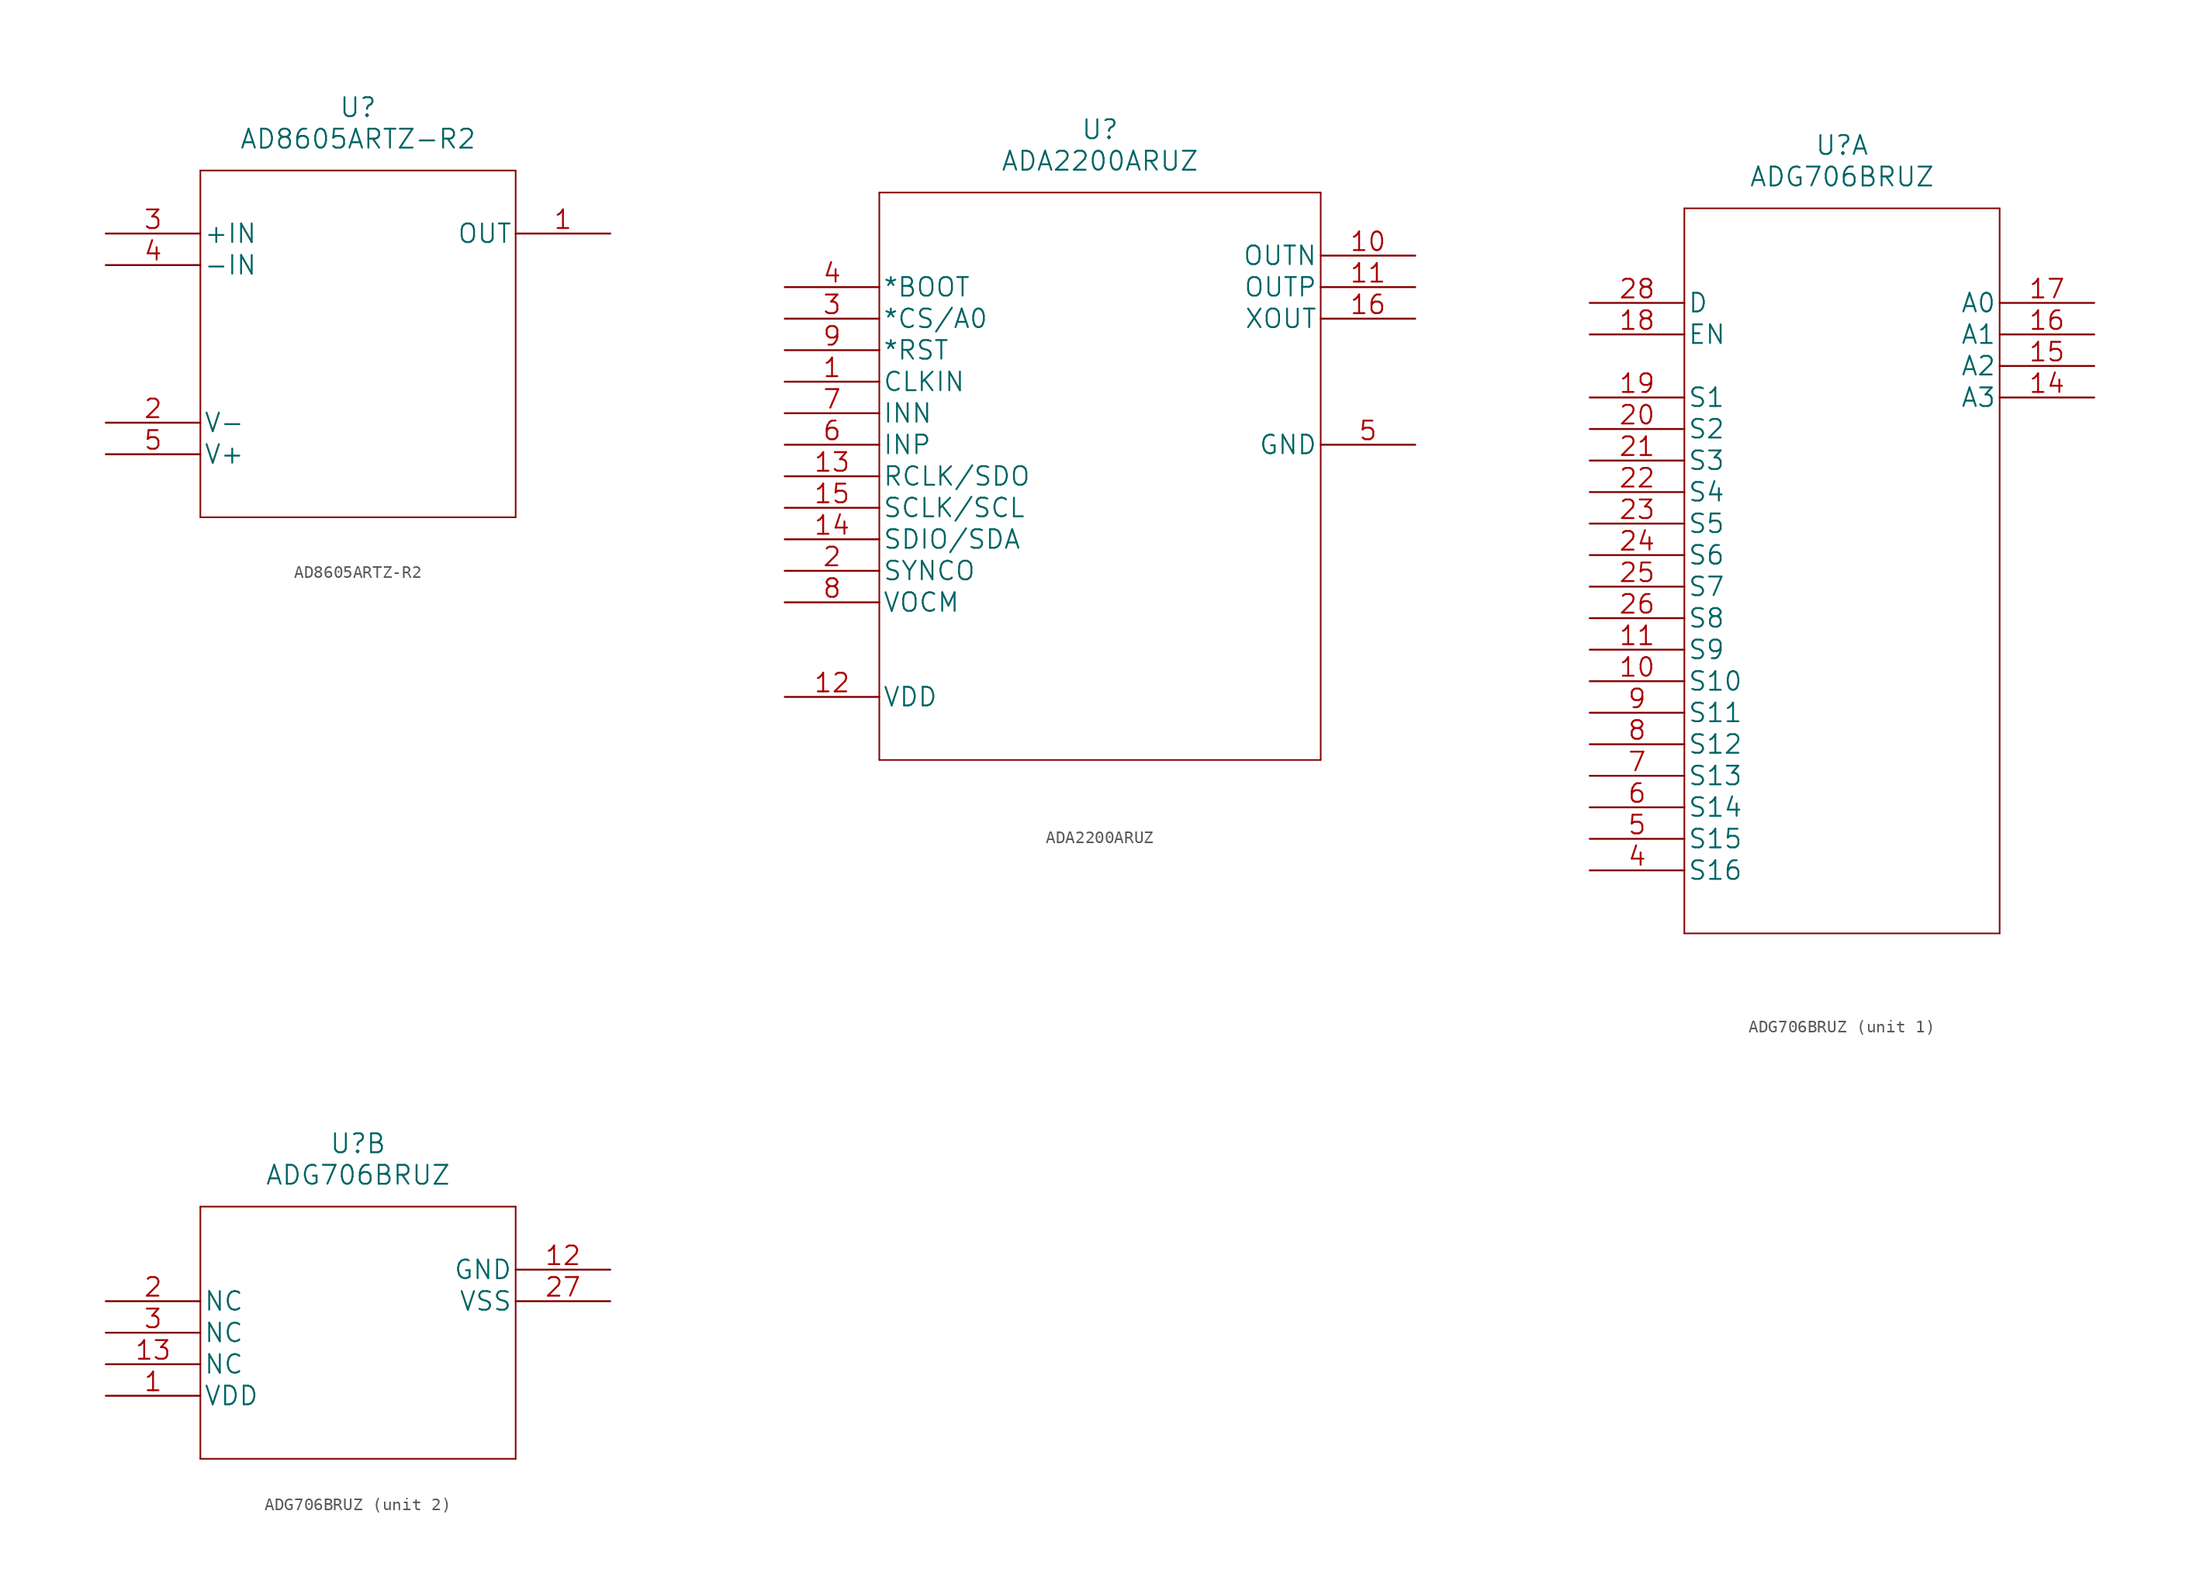
<source format=kicad_sym>
(kicad_symbol_lib
  (version 20211014)
  (generator kicad_symbol_editor)
  (symbol "AD8605ARTZ-R2"
    (pin_names
      (offset 0.254))
    (property "Reference" "U"
      (at 20.32 10.16 0)
      (effects (font (size 1.524 1.524))))
    (property "Value" "AD8605ARTZ-R2"
      (at 20.32 7.62 0)
      (effects (font (size 1.524 1.524))))
    (property "Datasheet" ""
      (at 0 0 0)
      (effects (font (size 1.524 1.524))))
    (property "ki_locked" ""
      (at 0 0 0)
      (effects (font (size 1.27 1.27))))
    (symbol "AD8605ARTZ-R2_1_1"
      (polyline (pts (xy 7.62 -22.86) (xy 33.02 -22.86)) (stroke (width 0.127) (type default) (color 0 0 0 0)) (fill (type none)))
      (polyline (pts (xy 7.62 5.08) (xy 7.62 -22.86)) (stroke (width 0.127) (type default) (color 0 0 0 0)) (fill (type none)))
      (polyline (pts (xy 33.02 -22.86) (xy 33.02 5.08)) (stroke (width 0.127) (type default) (color 0 0 0 0)) (fill (type none)))
      (polyline (pts (xy 33.02 5.08) (xy 7.62 5.08)) (stroke (width 0.127) (type default) (color 0 0 0 0)) (fill (type none)))
      (pin unspecified line (at 40.64 0 180) (length 7.62) (name "OUT" (effects (font (size 1.499 1.499)))) (number "1" (effects (font (size 1.499 1.499)))))
      (pin power_in line (at 0 -15.24 0) (length 7.62) (name "V-" (effects (font (size 1.499 1.499)))) (number "2" (effects (font (size 1.499 1.499)))))
      (pin unspecified line (at 0 0 0) (length 7.62) (name "+IN" (effects (font (size 1.499 1.499)))) (number "3" (effects (font (size 1.499 1.499)))))
      (pin unspecified line (at 0 -2.54 0) (length 7.62) (name "-IN" (effects (font (size 1.499 1.499)))) (number "4" (effects (font (size 1.499 1.499)))))
      (pin power_in line (at 0 -17.78 0) (length 7.62) (name "V+" (effects (font (size 1.499 1.499)))) (number "5" (effects (font (size 1.499 1.499)))))))
  (symbol "ADA2200ARUZ"
    (pin_names
      (offset 0.254))
    (property "Reference" "U"
      (at 25.4 12.7 0)
      (effects (font (size 1.524 1.524))))
    (property "Value" "ADA2200ARUZ"
      (at 25.4 10.16 0)
      (effects (font (size 1.524 1.524))))
    (property "Datasheet" ""
      (at 0 0 0)
      (effects (font (size 1.524 1.524))))
    (property "ki_locked" ""
      (at 0 0 0)
      (effects (font (size 1.27 1.27))))
    (symbol "ADA2200ARUZ_1_1"
      (polyline (pts (xy 7.62 -38.1) (xy 43.18 -38.1)) (stroke (width 0.127) (type default) (color 0 0 0 0)) (fill (type none)))
      (polyline (pts (xy 7.62 7.62) (xy 7.62 -38.1)) (stroke (width 0.127) (type default) (color 0 0 0 0)) (fill (type none)))
      (polyline (pts (xy 43.18 -38.1) (xy 43.18 7.62)) (stroke (width 0.127) (type default) (color 0 0 0 0)) (fill (type none)))
      (polyline (pts (xy 43.18 7.62) (xy 7.62 7.62)) (stroke (width 0.127) (type default) (color 0 0 0 0)) (fill (type none)))
      (pin unspecified line (at 0 -7.62 0) (length 7.62) (name "CLKIN" (effects (font (size 1.499 1.499)))) (number "1" (effects (font (size 1.499 1.499)))))
      (pin unspecified line (at 50.8 2.54 180) (length 7.62) (name "OUTN" (effects (font (size 1.499 1.499)))) (number "10" (effects (font (size 1.499 1.499)))))
      (pin unspecified line (at 50.8 0 180) (length 7.62) (name "OUTP" (effects (font (size 1.499 1.499)))) (number "11" (effects (font (size 1.499 1.499)))))
      (pin unspecified line (at 0 -33.02 0) (length 7.62) (name "VDD" (effects (font (size 1.499 1.499)))) (number "12" (effects (font (size 1.499 1.499)))))
      (pin unspecified line (at 0 -15.24 0) (length 7.62) (name "RCLK/SDO" (effects (font (size 1.499 1.499)))) (number "13" (effects (font (size 1.499 1.499)))))
      (pin unspecified line (at 0 -20.32 0) (length 7.62) (name "SDIO/SDA" (effects (font (size 1.499 1.499)))) (number "14" (effects (font (size 1.499 1.499)))))
      (pin unspecified line (at 0 -17.78 0) (length 7.62) (name "SCLK/SCL" (effects (font (size 1.499 1.499)))) (number "15" (effects (font (size 1.499 1.499)))))
      (pin unspecified line (at 50.8 -2.54 180) (length 7.62) (name "XOUT" (effects (font (size 1.499 1.499)))) (number "16" (effects (font (size 1.499 1.499)))))
      (pin unspecified line (at 0 -22.86 0) (length 7.62) (name "SYNCO" (effects (font (size 1.499 1.499)))) (number "2" (effects (font (size 1.499 1.499)))))
      (pin unspecified line (at 0 -2.54 0) (length 7.62) (name "*CS/A0" (effects (font (size 1.499 1.499)))) (number "3" (effects (font (size 1.499 1.499)))))
      (pin unspecified line (at 0 0 0) (length 7.62) (name "*BOOT" (effects (font (size 1.499 1.499)))) (number "4" (effects (font (size 1.499 1.499)))))
      (pin unspecified line (at 50.8 -12.7 180) (length 7.62) (name "GND" (effects (font (size 1.499 1.499)))) (number "5" (effects (font (size 1.499 1.499)))))
      (pin unspecified line (at 0 -12.7 0) (length 7.62) (name "INP" (effects (font (size 1.499 1.499)))) (number "6" (effects (font (size 1.499 1.499)))))
      (pin unspecified line (at 0 -10.16 0) (length 7.62) (name "INN" (effects (font (size 1.499 1.499)))) (number "7" (effects (font (size 1.499 1.499)))))
      (pin unspecified line (at 0 -25.4 0) (length 7.62) (name "VOCM" (effects (font (size 1.499 1.499)))) (number "8" (effects (font (size 1.499 1.499)))))
      (pin unspecified line (at 0 -5.08 0) (length 7.62) (name "*RST" (effects (font (size 1.499 1.499)))) (number "9" (effects (font (size 1.499 1.499)))))))
  (symbol "ADG706BRUZ"
    (pin_names
      (offset 0.254))
    (property "Reference" "U"
      (at 20.32 12.7 0)
      (effects (font (size 1.524 1.524))))
    (property "Value" "ADG706BRUZ"
      (at 20.32 10.16 0)
      (effects (font (size 1.524 1.524))))
    (property "Datasheet" ""
      (at 0 0 0)
      (effects (font (size 1.524 1.524))))
    (symbol "ADG706BRUZ_1_1"
      (polyline (pts (xy 7.62 -50.8) (xy 33.02 -50.8)) (stroke (width 0.127) (type default) (color 0 0 0 0)) (fill (type none)))
      (polyline (pts (xy 7.62 7.62) (xy 7.62 -50.8)) (stroke (width 0.127) (type default) (color 0 0 0 0)) (fill (type none)))
      (polyline (pts (xy 33.02 -50.8) (xy 33.02 7.62)) (stroke (width 0.127) (type default) (color 0 0 0 0)) (fill (type none)))
      (polyline (pts (xy 33.02 7.62) (xy 7.62 7.62)) (stroke (width 0.127) (type default) (color 0 0 0 0)) (fill (type none)))
      (pin unspecified line (at 0 -30.48 0) (length 7.62) (name "S10" (effects (font (size 1.499 1.499)))) (number "10" (effects (font (size 1.499 1.499)))))
      (pin unspecified line (at 0 -27.94 0) (length 7.62) (name "S9" (effects (font (size 1.499 1.499)))) (number "11" (effects (font (size 1.499 1.499)))))
      (pin unspecified line (at 40.64 -7.62 180) (length 7.62) (name "A3" (effects (font (size 1.499 1.499)))) (number "14" (effects (font (size 1.499 1.499)))))
      (pin unspecified line (at 40.64 -5.08 180) (length 7.62) (name "A2" (effects (font (size 1.499 1.499)))) (number "15" (effects (font (size 1.499 1.499)))))
      (pin unspecified line (at 40.64 -2.54 180) (length 7.62) (name "A1" (effects (font (size 1.499 1.499)))) (number "16" (effects (font (size 1.499 1.499)))))
      (pin unspecified line (at 40.64 0 180) (length 7.62) (name "A0" (effects (font (size 1.499 1.499)))) (number "17" (effects (font (size 1.499 1.499)))))
      (pin unspecified line (at 0 -2.54 0) (length 7.62) (name "EN" (effects (font (size 1.499 1.499)))) (number "18" (effects (font (size 1.499 1.499)))))
      (pin unspecified line (at 0 -7.62 0) (length 7.62) (name "S1" (effects (font (size 1.499 1.499)))) (number "19" (effects (font (size 1.499 1.499)))))
      (pin unspecified line (at 0 -10.16 0) (length 7.62) (name "S2" (effects (font (size 1.499 1.499)))) (number "20" (effects (font (size 1.499 1.499)))))
      (pin unspecified line (at 0 -12.7 0) (length 7.62) (name "S3" (effects (font (size 1.499 1.499)))) (number "21" (effects (font (size 1.499 1.499)))))
      (pin unspecified line (at 0 -15.24 0) (length 7.62) (name "S4" (effects (font (size 1.499 1.499)))) (number "22" (effects (font (size 1.499 1.499)))))
      (pin unspecified line (at 0 -17.78 0) (length 7.62) (name "S5" (effects (font (size 1.499 1.499)))) (number "23" (effects (font (size 1.499 1.499)))))
      (pin unspecified line (at 0 -20.32 0) (length 7.62) (name "S6" (effects (font (size 1.499 1.499)))) (number "24" (effects (font (size 1.499 1.499)))))
      (pin unspecified line (at 0 -22.86 0) (length 7.62) (name "S7" (effects (font (size 1.499 1.499)))) (number "25" (effects (font (size 1.499 1.499)))))
      (pin unspecified line (at 0 -25.4 0) (length 7.62) (name "S8" (effects (font (size 1.499 1.499)))) (number "26" (effects (font (size 1.499 1.499)))))
      (pin unspecified line (at 0 0 0) (length 7.62) (name "D" (effects (font (size 1.499 1.499)))) (number "28" (effects (font (size 1.499 1.499)))))
      (pin unspecified line (at 0 -45.72 0) (length 7.62) (name "S16" (effects (font (size 1.499 1.499)))) (number "4" (effects (font (size 1.499 1.499)))))
      (pin unspecified line (at 0 -43.18 0) (length 7.62) (name "S15" (effects (font (size 1.499 1.499)))) (number "5" (effects (font (size 1.499 1.499)))))
      (pin unspecified line (at 0 -40.64 0) (length 7.62) (name "S14" (effects (font (size 1.499 1.499)))) (number "6" (effects (font (size 1.499 1.499)))))
      (pin unspecified line (at 0 -38.1 0) (length 7.62) (name "S13" (effects (font (size 1.499 1.499)))) (number "7" (effects (font (size 1.499 1.499)))))
      (pin unspecified line (at 0 -35.56 0) (length 7.62) (name "S12" (effects (font (size 1.499 1.499)))) (number "8" (effects (font (size 1.499 1.499)))))
      (pin unspecified line (at 0 -33.02 0) (length 7.62) (name "S11" (effects (font (size 1.499 1.499)))) (number "9" (effects (font (size 1.499 1.499))))))
    (symbol "ADG706BRUZ_2_1"
      (polyline (pts (xy 7.62 -12.7) (xy 33.02 -12.7)) (stroke (width 0.127) (type default) (color 0 0 0 0)) (fill (type none)))
      (polyline (pts (xy 7.62 7.62) (xy 7.62 -12.7)) (stroke (width 0.127) (type default) (color 0 0 0 0)) (fill (type none)))
      (polyline (pts (xy 33.02 -12.7) (xy 33.02 7.62)) (stroke (width 0.127) (type default) (color 0 0 0 0)) (fill (type none)))
      (polyline (pts (xy 33.02 7.62) (xy 7.62 7.62)) (stroke (width 0.127) (type default) (color 0 0 0 0)) (fill (type none)))
      (pin power_in line (at 0 -7.62 0) (length 7.62) (name "VDD" (effects (font (size 1.499 1.499)))) (number "1" (effects (font (size 1.499 1.499)))))
      (pin unspecified line (at 40.64 2.54 180) (length 7.62) (name "GND" (effects (font (size 1.499 1.499)))) (number "12" (effects (font (size 1.499 1.499)))))
      (pin unspecified line (at 0 -5.08 0) (length 7.62) (name "NC" (effects (font (size 1.499 1.499)))) (number "13" (effects (font (size 1.499 1.499)))))
      (pin unspecified line (at 0 0 0) (length 7.62) (name "NC" (effects (font (size 1.499 1.499)))) (number "2" (effects (font (size 1.499 1.499)))))
      (pin power_in line (at 40.64 0 180) (length 7.62) (name "VSS" (effects (font (size 1.499 1.499)))) (number "27" (effects (font (size 1.499 1.499)))))
      (pin unspecified line (at 0 -2.54 0) (length 7.62) (name "NC" (effects (font (size 1.499 1.499)))) (number "3" (effects (font (size 1.499 1.499))))))))
</source>
